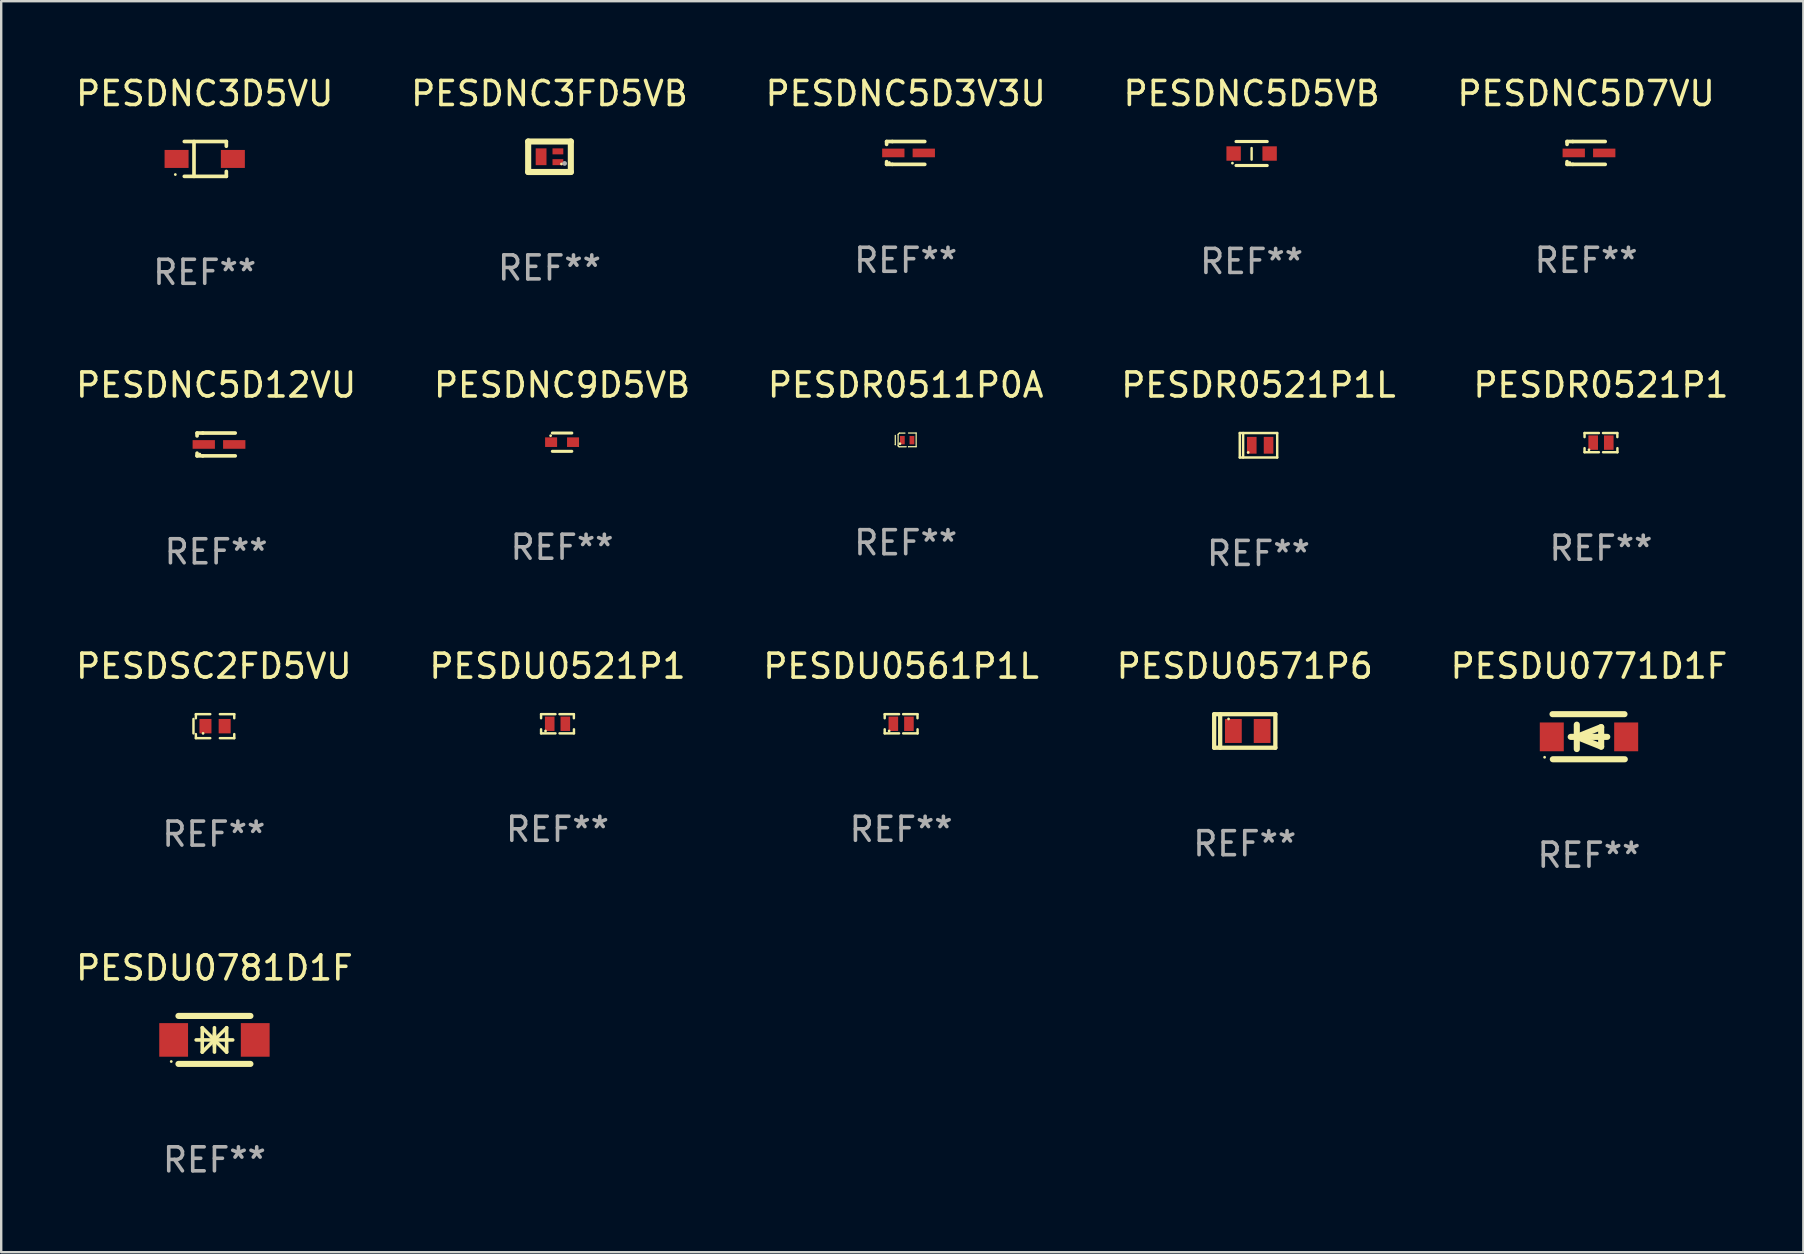
<source format=kicad_pcb>
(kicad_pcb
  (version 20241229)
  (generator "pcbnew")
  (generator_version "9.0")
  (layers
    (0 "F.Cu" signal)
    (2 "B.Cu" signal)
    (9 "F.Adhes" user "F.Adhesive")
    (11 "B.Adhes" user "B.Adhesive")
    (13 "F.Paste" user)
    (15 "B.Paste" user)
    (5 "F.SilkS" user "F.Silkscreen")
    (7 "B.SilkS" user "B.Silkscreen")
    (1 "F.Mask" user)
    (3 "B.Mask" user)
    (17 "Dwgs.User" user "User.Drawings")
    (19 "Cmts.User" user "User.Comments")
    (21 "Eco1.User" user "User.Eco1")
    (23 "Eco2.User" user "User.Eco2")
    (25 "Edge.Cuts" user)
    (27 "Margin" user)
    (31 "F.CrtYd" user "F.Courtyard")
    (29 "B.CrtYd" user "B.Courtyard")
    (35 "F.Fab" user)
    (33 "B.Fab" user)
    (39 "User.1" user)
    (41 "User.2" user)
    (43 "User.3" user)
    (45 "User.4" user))
  (footprint "PESDNC9D5VB"
    (layer "F.Cu")
    (at 20.375 15.378)
    (property "Reference" "PESDNC9D5VB" (at 0 -2.381 0) (layer "F.SilkS") (effects (font (size 1 1) (thickness 0.15))))
    (attr through_hole)
    (fp_line (start -0.406 -0.381) (end 0.406 -0.381) (stroke (width 0.127) (type solid)) (layer "F.SilkS"))
    (fp_line (start 0.406 0.381) (end -0.406 0.381) (stroke (width 0.127) (type solid)) (layer "F.SilkS"))
    (fp_circle (center -0.477 -0.27) (end -0.447 -0.27) (stroke (width 0.06) (type solid)) (fill no) (layer "F.SilkS"))
    (fp_text user "REF**" (at 0 4.381 0) (layer "F.Fab") (effects (font (size 1 1) (thickness 0.15))))
    (pad "1" smd rect (at -0.457 0 90) (size 0.4 0.5) (layers "F.Cu" "F.Mask" "F.Paste"))
    (pad "2" smd rect (at 0.457 0 90) (size 0.4 0.5) (layers "F.Cu" "F.Mask" "F.Paste")))
  (footprint "PESDSC2FD5VU"
    (layer "F.Cu")
    (at 5.863 27.214)
    (property "Reference" "PESDSC2FD5VU" (at 0 -2.5 0) (layer "F.SilkS") (effects (font (size 1 1) (thickness 0.15))))
    (attr through_hole)
    (fp_line (start -0.85 -0.3) (end -0.85 0.3) (stroke (width 0.102) (type solid)) (layer "F.SilkS"))
    (fp_line (start -0.75 -0.5) (end -0.75 -0.329) (stroke (width 0.102) (type solid)) (layer "F.SilkS"))
    (fp_line (start -0.75 0.329) (end -0.75 0.5) (stroke (width 0.102) (type solid)) (layer "F.SilkS"))
    (fp_line (start -0.75 0.5) (end -0.15 0.5) (stroke (width 0.102) (type solid)) (layer "F.SilkS"))
    (fp_line (start -0.15 -0.5) (end -0.75 -0.5) (stroke (width 0.102) (type solid)) (layer "F.SilkS"))
    (fp_line (start 0.25 -0.5) (end 0.85 -0.5) (stroke (width 0.102) (type solid)) (layer "F.SilkS"))
    (fp_line (start 0.85 -0.5) (end 0.85 -0.33) (stroke (width 0.102) (type solid)) (layer "F.SilkS"))
    (fp_line (start 0.85 0.33) (end 0.85 0.5) (stroke (width 0.102) (type solid)) (layer "F.SilkS"))
    (fp_line (start 0.85 0.5) (end 0.25 0.5) (stroke (width 0.102) (type solid)) (layer "F.SilkS"))
    (fp_circle (center -0.45 0.3) (end -0.42 0.3) (stroke (width 0.06) (type solid)) (fill no) (layer "F.SilkS"))
    (fp_text user "REF**" (at 0 4.5 0) (layer "F.Fab") (effects (font (size 1 1) (thickness 0.15))))
    (pad "1" smd rect (at -0.35 0) (size 0.5 0.6) (layers "F.Cu" "F.Mask" "F.Paste"))
    (pad "2" smd rect (at 0.45 0) (size 0.5 0.6) (layers "F.Cu" "F.Mask" "F.Paste")))
  (footprint "PESDU0561P1L"
    (layer "F.Cu")
    (at 34.506 27.114)
    (property "Reference" "PESDU0561P1L" (at 0 -2.4 0) (layer "F.SilkS") (effects (font (size 1 1) (thickness 0.15))))
    (attr through_hole)
    (fp_line (start -0.685 -0.4) (end -0.685 -0.23) (stroke (width 0.102) (type solid)) (layer "F.SilkS"))
    (fp_line (start -0.685 0.4) (end -0.685 0.23) (stroke (width 0.102) (type solid)) (layer "F.SilkS"))
    (fp_line (start -0.085 -0.4) (end -0.685 -0.4) (stroke (width 0.102) (type solid)) (layer "F.SilkS"))
    (fp_line (start -0.085 0.4) (end -0.685 0.4) (stroke (width 0.102) (type solid)) (layer "F.SilkS"))
    (fp_line (start 0.082 -0.4) (end 0.682 -0.4) (stroke (width 0.102) (type solid)) (layer "F.SilkS"))
    (fp_line (start 0.085 0.4) (end 0.685 0.4) (stroke (width 0.102) (type solid)) (layer "F.SilkS"))
    (fp_line (start 0.682 -0.4) (end 0.682 -0.23) (stroke (width 0.102) (type solid)) (layer "F.SilkS"))
    (fp_line (start 0.685 0.4) (end 0.685 0.23) (stroke (width 0.102) (type solid)) (layer "F.SilkS"))
    (fp_circle (center -0.5 0.3) (end -0.47 0.3) (stroke (width 0.06) (type solid)) (fill no) (layer "F.SilkS"))
    (fp_text user "REF**" (at 0 4.4 0) (layer "F.Fab") (effects (font (size 1 1) (thickness 0.15))))
    (pad "1" smd rect (at -0.325 0) (size 0.4 0.6) (layers "F.Cu" "F.Mask" "F.Paste"))
    (pad "2" smd rect (at 0.325 0) (size 0.4 0.6) (layers "F.Cu" "F.Mask" "F.Paste")))
  (footprint "PESDNC5D12VU"
    (layer "F.Cu")
    (at 5.958 15.473)
    (property "Reference" "PESDNC5D12VU" (at 0 -2.476 0) (layer "F.SilkS") (effects (font (size 1 1) (thickness 0.15))))
    (attr through_hole)
    (fp_line (start -0.795 -0.476) (end -0.795 -0.356) (stroke (width 0.152) (type solid)) (layer "F.SilkS"))
    (fp_line (start -0.795 0.363) (end -0.795 0.476) (stroke (width 0.152) (type solid)) (layer "F.SilkS"))
    (fp_line (start -0.795 0.476) (end -0.557 0.476) (stroke (width 0.152) (type solid)) (layer "F.SilkS"))
    (fp_line (start -0.557 -0.476) (end -0.795 -0.476) (stroke (width 0.152) (type solid)) (layer "F.SilkS"))
    (fp_line (start -0.557 -0.476) (end 0.795 -0.476) (stroke (width 0.152) (type solid)) (layer "F.SilkS"))
    (fp_line (start -0.557 0.476) (end 0.795 0.476) (stroke (width 0.152) (type solid)) (layer "F.SilkS"))
    (fp_circle (center -0.681 0.4) (end -0.651 0.4) (stroke (width 0.06) (type solid)) (fill no) (layer "F.SilkS"))
    (fp_text user "REF**" (at 0 4.476 0) (layer "F.Fab") (effects (font (size 1 1) (thickness 0.15))))
    (pad "1" smd rect (at -0.516 0 180) (size 0.93 0.36) (layers "F.Cu" "F.Mask" "F.Paste"))
    (pad "2" smd rect (at 0.754 0 180) (size 0.93 0.36) (layers "F.Cu" "F.Mask" "F.Paste")))
  (footprint "PESDU0571P6"
    (layer "F.Cu")
    (at 48.827 27.414)
    (property "Reference" "PESDU0571P6" (at 0 -2.7 0) (layer "F.SilkS") (effects (font (size 1 1) (thickness 0.15))))
    (attr through_hole)
    (fp_line (start -1.275 -0.7) (end -1.275 0.7) (stroke (width 0.178) (type solid)) (layer "F.SilkS"))
    (fp_line (start -1.275 -0.7) (end 1.275 -0.7) (stroke (width 0.178) (type solid)) (layer "F.SilkS"))
    (fp_line (start -1.275 0.7) (end 1.275 0.7) (stroke (width 0.178) (type solid)) (layer "F.SilkS"))
    (fp_line (start -1.025 -0.7) (end -1.025 0.7) (stroke (width 0.178) (type solid)) (layer "F.SilkS"))
    (fp_line (start 1.275 -0.7) (end 1.275 0.7) (stroke (width 0.178) (type solid)) (layer "F.SilkS"))
    (fp_circle (center -0.675 -0.5) (end -0.645 -0.5) (stroke (width 0.06) (type solid)) (fill no) (layer "F.SilkS"))
    (fp_text user "REF**" (at 0 4.7 0) (layer "F.Fab") (effects (font (size 1 1) (thickness 0.15))))
    (pad "1" smd rect (at -0.475 0 90) (size 1 0.7) (layers "F.Cu" "F.Mask" "F.Paste"))
    (pad "2" smd rect (at 0.725 0 90) (size 1 0.7) (layers "F.Cu" "F.Mask" "F.Paste")))
  (footprint "PESDR0521P1"
    (layer "F.Cu")
    (at 63.673 15.397)
    (property "Reference" "PESDR0521P1" (at 0 -2.4 0) (layer "F.SilkS") (effects (font (size 1 1) (thickness 0.15))))
    (attr through_hole)
    (fp_line (start -0.685 -0.4) (end -0.685 -0.23) (stroke (width 0.102) (type solid)) (layer "F.SilkS"))
    (fp_line (start -0.685 0.4) (end -0.685 0.23) (stroke (width 0.102) (type solid)) (layer "F.SilkS"))
    (fp_line (start -0.085 -0.4) (end -0.685 -0.4) (stroke (width 0.102) (type solid)) (layer "F.SilkS"))
    (fp_line (start -0.085 0.4) (end -0.685 0.4) (stroke (width 0.102) (type solid)) (layer "F.SilkS"))
    (fp_line (start 0.082 -0.4) (end 0.682 -0.4) (stroke (width 0.102) (type solid)) (layer "F.SilkS"))
    (fp_line (start 0.085 0.4) (end 0.685 0.4) (stroke (width 0.102) (type solid)) (layer "F.SilkS"))
    (fp_line (start 0.682 -0.4) (end 0.682 -0.23) (stroke (width 0.102) (type solid)) (layer "F.SilkS"))
    (fp_line (start 0.685 0.4) (end 0.685 0.23) (stroke (width 0.102) (type solid)) (layer "F.SilkS"))
    (fp_circle (center -0.5 0.3) (end -0.47 0.3) (stroke (width 0.06) (type solid)) (fill no) (layer "F.SilkS"))
    (fp_text user "REF**" (at 0 4.4 0) (layer "F.Fab") (effects (font (size 1 1) (thickness 0.15))))
    (pad "1" smd rect (at -0.325 0) (size 0.4 0.6) (layers "F.Cu" "F.Mask" "F.Paste"))
    (pad "2" smd rect (at 0.325 0) (size 0.4 0.6) (layers "F.Cu" "F.Mask" "F.Paste")))
  (footprint "PESDU0521P1"
    (layer "F.Cu")
    (at 20.185 27.114)
    (property "Reference" "PESDU0521P1" (at 0 -2.4 0) (layer "F.SilkS") (effects (font (size 1 1) (thickness 0.15))))
    (attr through_hole)
    (fp_line (start -0.685 -0.4) (end -0.685 -0.23) (stroke (width 0.102) (type solid)) (layer "F.SilkS"))
    (fp_line (start -0.685 0.4) (end -0.685 0.23) (stroke (width 0.102) (type solid)) (layer "F.SilkS"))
    (fp_line (start -0.085 -0.4) (end -0.685 -0.4) (stroke (width 0.102) (type solid)) (layer "F.SilkS"))
    (fp_line (start -0.085 0.4) (end -0.685 0.4) (stroke (width 0.102) (type solid)) (layer "F.SilkS"))
    (fp_line (start 0.082 -0.4) (end 0.682 -0.4) (stroke (width 0.102) (type solid)) (layer "F.SilkS"))
    (fp_line (start 0.085 0.4) (end 0.685 0.4) (stroke (width 0.102) (type solid)) (layer "F.SilkS"))
    (fp_line (start 0.682 -0.4) (end 0.682 -0.23) (stroke (width 0.102) (type solid)) (layer "F.SilkS"))
    (fp_line (start 0.685 0.4) (end 0.685 0.23) (stroke (width 0.102) (type solid)) (layer "F.SilkS"))
    (fp_circle (center -0.5 0.3) (end -0.47 0.3) (stroke (width 0.06) (type solid)) (fill no) (layer "F.SilkS"))
    (fp_text user "REF**" (at 0 4.4 0) (layer "F.Fab") (effects (font (size 1 1) (thickness 0.15))))
    (pad "1" smd rect (at -0.325 0) (size 0.4 0.6) (layers "F.Cu" "F.Mask" "F.Paste"))
    (pad "2" smd rect (at 0.325 0) (size 0.4 0.6) (layers "F.Cu" "F.Mask" "F.Paste")))
  (footprint "PESDNC3FD5VB"
    (layer "F.Cu")
    (at 19.851 3.483)
    (property "Reference" "PESDNC3FD5VB" (at 0 -2.635 0) (layer "F.SilkS") (effects (font (size 1 1) (thickness 0.15))))
    (attr through_hole)
    (fp_line (start -0.889 -0.635) (end 0.889 -0.635) (stroke (width 0.254) (type solid)) (layer "F.SilkS"))
    (fp_line (start -0.889 0.635) (end -0.889 -0.635) (stroke (width 0.254) (type solid)) (layer "F.SilkS"))
    (fp_line (start 0.889 -0.635) (end 0.889 0.635) (stroke (width 0.254) (type solid)) (layer "F.SilkS"))
    (fp_line (start 0.889 0.635) (end -0.889 0.635) (stroke (width 0.254) (type solid)) (layer "F.SilkS"))
    (fp_circle (center 0.5 0.3) (end 0.53 0.3) (stroke (width 0.06) (type solid)) (fill no) (layer "F.SilkS"))
    (fp_circle (center 0.629 0.278) (end 0.679 0.278) (stroke (width 0.1) (type solid)) (fill no) (layer "F.Fab"))
    (fp_text user "REF**" (at 0 4.635 0) (layer "F.Fab") (effects (font (size 1 1) (thickness 0.15))))
    (pad "1" smd rect (at 0.35 0.225) (size 0.45 0.25) (layers "F.Cu" "F.Mask" "F.Paste"))
    (pad "2" smd rect (at 0.35 -0.225) (size 0.45 0.25) (layers "F.Cu" "F.Mask" "F.Paste"))
    (pad "3" smd rect (at -0.35 0 180) (size 0.45 0.7) (layers "F.Cu" "F.Mask" "F.Paste")))
  (footprint "PESDR0511P0A"
    (layer "F.Cu")
    (at 34.696 15.283)
    (property "Reference" "PESDR0511P0A" (at 0 -2.286 0) (layer "F.SilkS") (effects (font (size 1 1) (thickness 0.15))))
    (attr through_hole)
    (fp_line (start -0.433 -0.188) (end -0.433 0.198) (stroke (width 0.051) (type solid)) (layer "F.SilkS"))
    (fp_line (start -0.433 0.198) (end -0.436 0.198) (stroke (width 0.051) (type solid)) (layer "F.SilkS"))
    (fp_line (start -0.316 -0.232) (end -0.316 0.247) (stroke (width 0.051) (type solid)) (layer "F.SilkS"))
    (fp_line (start -0.316 0.247) (end -0.277 0.286) (stroke (width 0.051) (type solid)) (layer "F.SilkS"))
    (fp_line (start -0.277 0.286) (end 0.021 0.286) (stroke (width 0.051) (type solid)) (layer "F.SilkS"))
    (fp_line (start -0.265 -0.283) (end -0.316 -0.232) (stroke (width 0.051) (type solid)) (layer "F.SilkS"))
    (fp_line (start -0.031 -0.283) (end -0.265 -0.283) (stroke (width 0.051) (type solid)) (layer "F.SilkS"))
    (fp_line (start 0.117 -0.286) (end 0.436 -0.286) (stroke (width 0.051) (type solid)) (layer "F.SilkS"))
    (fp_line (start 0.119 0.284) (end 0.119 0.285) (stroke (width 0.051) (type solid)) (layer "F.SilkS"))
    (fp_line (start 0.436 -0.286) (end 0.436 0.284) (stroke (width 0.051) (type solid)) (layer "F.SilkS"))
    (fp_line (start 0.436 0.284) (end 0.119 0.284) (stroke (width 0.051) (type solid)) (layer "F.SilkS"))
    (fp_circle (center -0.24 0.161) (end -0.21 0.161) (stroke (width 0.06) (type solid)) (fill no) (layer "F.SilkS"))
    (fp_text user "REF**" (at 0 4.286 0) (layer "F.Fab") (effects (font (size 1 1) (thickness 0.15))))
    (pad "1" smd rect (at -0.14 0.011) (size 0.2 0.35) (layers "F.Cu" "F.Mask" "F.Paste"))
    (pad "2" smd rect (at 0.26 0.011) (size 0.2 0.35) (layers "F.Cu" "F.Mask" "F.Paste")))
  (footprint "PESDNC5D5VB"
    (layer "F.Cu")
    (at 49.113 3.348)
    (property "Reference" "PESDNC5D5VB" (at 0 -2.5 0) (layer "F.SilkS") (effects (font (size 1 1) (thickness 0.15))))
    (attr through_hole)
    (fp_line (start -0.65 -0.5) (end 0.65 -0.5) (stroke (width 0.13) (type solid)) (layer "F.SilkS"))
    (fp_line (start -0.65 0.5) (end 0.65 0.5) (stroke (width 0.13) (type solid)) (layer "F.SilkS"))
    (fp_line (start 0 -0.229) (end 0 0.254) (stroke (width 0.1) (type solid)) (layer "F.SilkS"))
    (fp_circle (center -0.8 0.4) (end -0.77 0.4) (stroke (width 0.06) (type solid)) (fill no) (layer "F.SilkS"))
    (fp_text user "REF**" (at 0 4.5 0) (layer "F.Fab") (effects (font (size 1 1) (thickness 0.15))))
    (pad "1" smd rect (at -0.75 0) (size 0.6 0.6) (layers "F.Cu" "F.Mask" "F.Paste"))
    (pad "2" smd rect (at 0.75 0 180) (size 0.6 0.6) (layers "F.Cu" "F.Mask" "F.Paste")))
  (footprint "PESDU0781D1F"
    (layer "F.Cu")
    (at 5.887 40.29)
    (property "Reference" "PESDU0781D1F" (at 0 -3 0) (layer "F.SilkS") (effects (font (size 1 1) (thickness 0.15))))
    (attr through_hole)
    (fp_line (start -1.5 -1) (end 1.5 -1) (stroke (width 0.254) (type solid)) (layer "F.SilkS"))
    (fp_line (start -1.5 1) (end 1.5 1) (stroke (width 0.254) (type solid)) (layer "F.SilkS"))
    (fp_line (start -0.762 0) (end 0.762 0) (stroke (width 0.15) (type solid)) (layer "F.SilkS"))
    (fp_line (start -0.508 -0.508) (end -0.508 0.508) (stroke (width 0.15) (type solid)) (layer "F.SilkS"))
    (fp_line (start 0 -0.508) (end 0 0.508) (stroke (width 0.15) (type solid)) (layer "F.SilkS"))
    (fp_line (start 0 0) (end -0.508 -0.508) (stroke (width 0.15) (type solid)) (layer "F.SilkS"))
    (fp_line (start 0 0) (end -0.508 0.508) (stroke (width 0.15) (type solid)) (layer "F.SilkS"))
    (fp_line (start 0 0) (end 0.508 -0.508) (stroke (width 0.15) (type solid)) (layer "F.SilkS"))
    (fp_line (start 0 0) (end 0.508 0.508) (stroke (width 0.15) (type solid)) (layer "F.SilkS"))
    (fp_line (start 0 0.254) (end 0 -0.254) (stroke (width 0.15) (type solid)) (layer "F.SilkS"))
    (fp_line (start 0.508 0.508) (end 0.508 -0.508) (stroke (width 0.15) (type solid)) (layer "F.SilkS"))
    (fp_circle (center -1.8 0.9) (end -1.77 0.9) (stroke (width 0.06) (type solid)) (fill no) (layer "F.SilkS"))
    (fp_text user "REF**" (at 0 5 0) (layer "F.Fab") (effects (font (size 1 1) (thickness 0.15))))
    (pad "1" smd rect (at -1.7 0) (size 1.2 1.4) (layers "F.Cu" "F.Mask" "F.Paste"))
    (pad "2" smd rect (at 1.7 0) (size 1.2 1.4) (layers "F.Cu" "F.Mask" "F.Paste")))
  (footprint "PESDNC3D5VU"
    (layer "F.Cu")
    (at 5.482 3.574)
    (property "Reference" "PESDNC3D5VU" (at 0 -2.726 0) (layer "F.SilkS") (effects (font (size 1 1) (thickness 0.15))))
    (attr through_hole)
    (fp_line (start -0.851 -0.726) (end 0.901 -0.726) (stroke (width 0.152) (type solid)) (layer "F.SilkS"))
    (fp_line (start -0.851 0.726) (end 0.901 0.726) (stroke (width 0.152) (type solid)) (layer "F.SilkS"))
    (fp_line (start -0.447 -0.726) (end -0.447 0.726) (stroke (width 0.152) (type solid)) (layer "F.SilkS"))
    (fp_line (start 0.901 -0.726) (end 0.901 -0.53) (stroke (width 0.152) (type solid)) (layer "F.SilkS"))
    (fp_line (start 0.901 0.726) (end 0.901 0.52) (stroke (width 0.152) (type solid)) (layer "F.SilkS"))
    (fp_circle (center -1.225 0.65) (end -1.195 0.65) (stroke (width 0.06) (type solid)) (fill no) (layer "F.SilkS"))
    (fp_text user "REF**" (at 0 4.726 0) (layer "F.Fab") (effects (font (size 1 1) (thickness 0.15))))
    (pad "1" smd rect (at -1.173 0) (size 1 0.75) (layers "F.Cu" "F.Mask" "F.Paste"))
    (pad "2" smd rect (at 1.173 0) (size 1 0.75) (layers "F.Cu" "F.Mask" "F.Paste")))
  (footprint "PESDNC5D3V3U"
    (layer "F.Cu")
    (at 34.696 3.324)
    (property "Reference" "PESDNC5D3V3U" (at 0 -2.476 0) (layer "F.SilkS") (effects (font (size 1 1) (thickness 0.15))))
    (attr through_hole)
    (fp_line (start -0.795 -0.476) (end -0.795 -0.356) (stroke (width 0.152) (type solid)) (layer "F.SilkS"))
    (fp_line (start -0.795 0.363) (end -0.795 0.476) (stroke (width 0.152) (type solid)) (layer "F.SilkS"))
    (fp_line (start -0.795 0.476) (end -0.557 0.476) (stroke (width 0.152) (type solid)) (layer "F.SilkS"))
    (fp_line (start -0.557 -0.476) (end -0.795 -0.476) (stroke (width 0.152) (type solid)) (layer "F.SilkS"))
    (fp_line (start -0.557 -0.476) (end 0.795 -0.476) (stroke (width 0.152) (type solid)) (layer "F.SilkS"))
    (fp_line (start -0.557 0.476) (end 0.795 0.476) (stroke (width 0.152) (type solid)) (layer "F.SilkS"))
    (fp_circle (center -0.681 0.4) (end -0.651 0.4) (stroke (width 0.06) (type solid)) (fill no) (layer "F.SilkS"))
    (fp_text user "REF**" (at 0 4.476 0) (layer "F.Fab") (effects (font (size 1 1) (thickness 0.15))))
    (pad "1" smd rect (at -0.516 0 180) (size 0.93 0.36) (layers "F.Cu" "F.Mask" "F.Paste"))
    (pad "2" smd rect (at 0.754 0 180) (size 0.93 0.36) (layers "F.Cu" "F.Mask" "F.Paste")))
  (footprint "PESDU0771D1F"
    (layer "F.Cu")
    (at 63.173 27.653)
    (property "Reference" "PESDU0771D1F" (at 0 -2.94 0) (layer "F.SilkS") (effects (font (size 1 1) (thickness 0.15))))
    (attr through_hole)
    (fp_line (start -1.52 -0.94) (end 1.48 -0.94) (stroke (width 0.254) (type solid)) (layer "F.SilkS"))
    (fp_line (start -1.507 0.94) (end 1.493 0.94) (stroke (width 0.254) (type solid)) (layer "F.SilkS"))
    (fp_line (start -0.762 0.007) (end 0.762 0.007) (stroke (width 0.254) (type solid)) (layer "F.SilkS"))
    (fp_line (start -0.508 -0.501) (end -0.508 0.515) (stroke (width 0.254) (type solid)) (layer "F.SilkS"))
    (fp_line (start -0.508 0.007) (end 0.508 -0.4) (stroke (width 0.254) (type solid)) (layer "F.SilkS"))
    (fp_line (start 0.508 -0.4) (end 0.508 0.413) (stroke (width 0.254) (type solid)) (layer "F.SilkS"))
    (fp_line (start 0.508 0.413) (end -0.508 0.007) (stroke (width 0.254) (type solid)) (layer "F.SilkS"))
    (fp_circle (center -1.85 0.857) (end -1.82 0.857) (stroke (width 0.06) (type solid)) (fill no) (layer "F.SilkS"))
    (fp_text user "REF**" (at 0 4.94 0) (layer "F.Fab") (effects (font (size 1 1) (thickness 0.15))))
    (pad "1" smd rect (at -1.55 0.007) (size 1 1.2) (layers "F.Cu" "F.Mask" "F.Paste"))
    (pad "2" smd rect (at 1.55 0.007) (size 1 1.2) (layers "F.Cu" "F.Mask" "F.Paste")))
  (footprint "PESDNC5D7VU"
    (layer "F.Cu")
    (at 63.054 3.324)
    (property "Reference" "PESDNC5D7VU" (at 0 -2.476 0) (layer "F.SilkS") (effects (font (size 1 1) (thickness 0.15))))
    (attr through_hole)
    (fp_line (start -0.795 -0.476) (end -0.795 -0.356) (stroke (width 0.152) (type solid)) (layer "F.SilkS"))
    (fp_line (start -0.795 0.363) (end -0.795 0.476) (stroke (width 0.152) (type solid)) (layer "F.SilkS"))
    (fp_line (start -0.795 0.476) (end -0.557 0.476) (stroke (width 0.152) (type solid)) (layer "F.SilkS"))
    (fp_line (start -0.557 -0.476) (end -0.795 -0.476) (stroke (width 0.152) (type solid)) (layer "F.SilkS"))
    (fp_line (start -0.557 -0.476) (end 0.795 -0.476) (stroke (width 0.152) (type solid)) (layer "F.SilkS"))
    (fp_line (start -0.557 0.476) (end 0.795 0.476) (stroke (width 0.152) (type solid)) (layer "F.SilkS"))
    (fp_circle (center -0.681 0.4) (end -0.651 0.4) (stroke (width 0.06) (type solid)) (fill no) (layer "F.SilkS"))
    (fp_text user "REF**" (at 0 4.476 0) (layer "F.Fab") (effects (font (size 1 1) (thickness 0.15))))
    (pad "1" smd rect (at -0.516 0 180) (size 0.93 0.36) (layers "F.Cu" "F.Mask" "F.Paste"))
    (pad "2" smd rect (at 0.754 0 180) (size 0.93 0.36) (layers "F.Cu" "F.Mask" "F.Paste")))
  (footprint "PESDR0521P1L"
    (layer "F.Cu")
    (at 49.399 15.507)
    (property "Reference" "PESDR0521P1L" (at 0 -2.51 0) (layer "F.SilkS") (effects (font (size 1 1) (thickness 0.15))))
    (attr through_hole)
    (fp_line (start -0.78 -0.51) (end -0.78 0.51) (stroke (width 0.102) (type solid)) (layer "F.SilkS"))
    (fp_line (start -0.78 -0.51) (end 0.78 -0.51) (stroke (width 0.102) (type solid)) (layer "F.SilkS"))
    (fp_line (start -0.78 0.51) (end 0.78 0.51) (stroke (width 0.102) (type solid)) (layer "F.SilkS"))
    (fp_line (start -0.64 -0.51) (end -0.64 0.51) (stroke (width 0.102) (type solid)) (layer "F.SilkS"))
    (fp_line (start 0.78 -0.51) (end 0.78 0.51) (stroke (width 0.102) (type solid)) (layer "F.SilkS"))
    (fp_circle (center -0.43 0.3) (end -0.4 0.3) (stroke (width 0.06) (type solid)) (fill no) (layer "F.SilkS"))
    (fp_text user "REF**" (at 0 4.51 0) (layer "F.Fab") (effects (font (size 1 1) (thickness 0.15))))
    (pad "1" smd rect (at -0.28 0) (size 0.4 0.7) (layers "F.Cu" "F.Mask" "F.Paste"))
    (pad "2" smd rect (at 0.42 0) (size 0.4 0.7) (layers "F.Cu" "F.Mask" "F.Paste")))
  (gr_rect
    (start -3 -3)
    (end 72.107 49.138)
    (stroke (width 0.1) (type default))
    (fill no)
    (layer "Edge.Cuts")))
</source>
